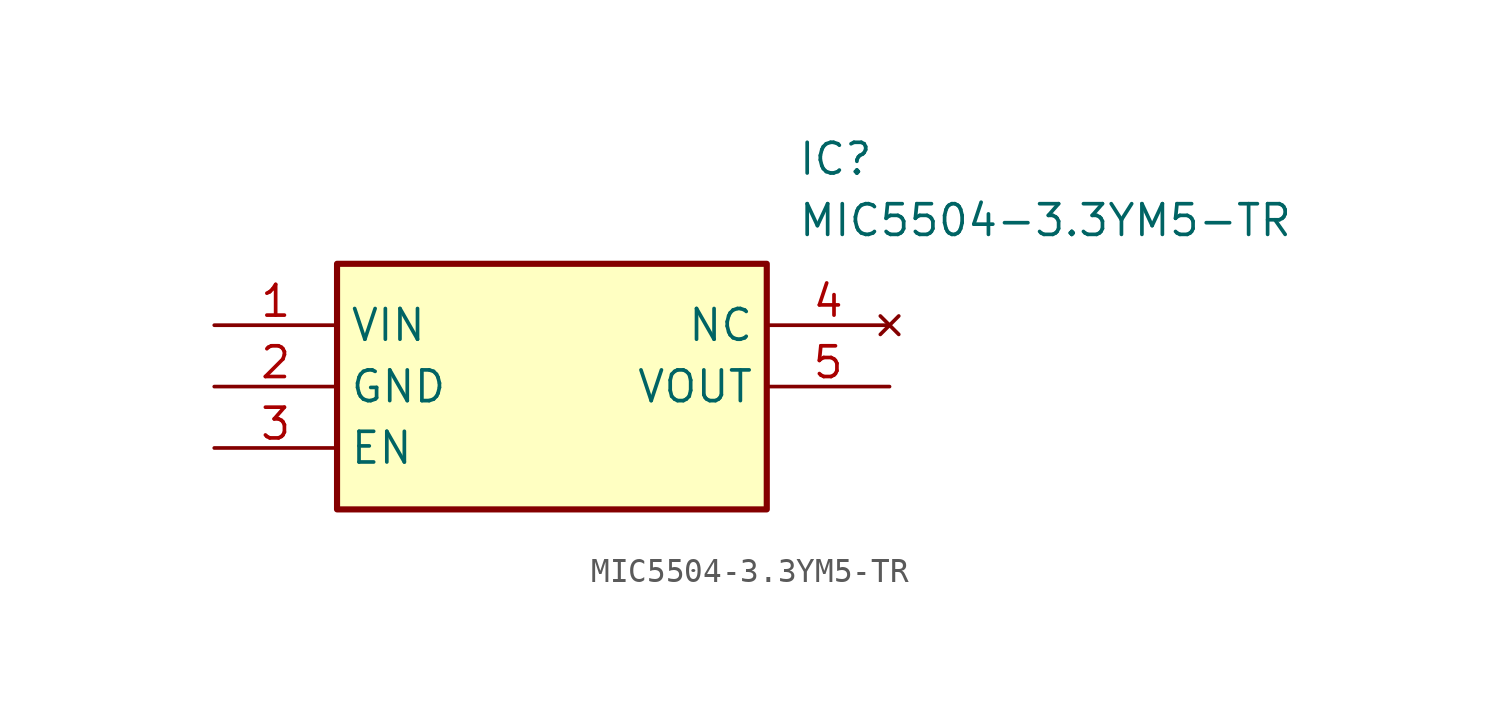
<source format=kicad_sym>
(kicad_symbol_lib
  (version 20211014)
  (generator SamacSys_ECAD_Model)
  (symbol "MIC5504-3.3YM5-TR"
    (property "Reference" "IC"
      (at 24.13 7.62 0)
      (effects (font (size 1.27 1.27)) (justify left top)))
    (property "Value" "MIC5504-3.3YM5-TR"
      (at 24.13 5.08 0)
      (effects (font (size 1.27 1.27)) (justify left top)))
    (rectangle
      (start 5.08 2.54)
      (end 22.86 -7.62)
      (stroke (width 0.254) (type default))
      (fill (type background)))
    (pin passive line
      (at 0 0 0)
      (length 5.08)
      (name "VIN" (effects (font (size 1.27 1.27))))
      (number "1" (effects (font (size 1.27 1.27)))))
    (pin passive line
      (at 0 -2.54 0)
      (length 5.08)
      (name "GND" (effects (font (size 1.27 1.27))))
      (number "2" (effects (font (size 1.27 1.27)))))
    (pin passive line
      (at 0 -5.08 0)
      (length 5.08)
      (name "EN" (effects (font (size 1.27 1.27))))
      (number "3" (effects (font (size 1.27 1.27)))))
    (pin no_connect line
      (at 27.94 0 180)
      (length 5.08)
      (name "NC" (effects (font (size 1.27 1.27))))
      (number "4" (effects (font (size 1.27 1.27)))))
    (pin passive line
      (at 27.94 -2.54 180)
      (length 5.08)
      (name "VOUT" (effects (font (size 1.27 1.27))))
      (number "5" (effects (font (size 1.27 1.27)))))))
</source>
